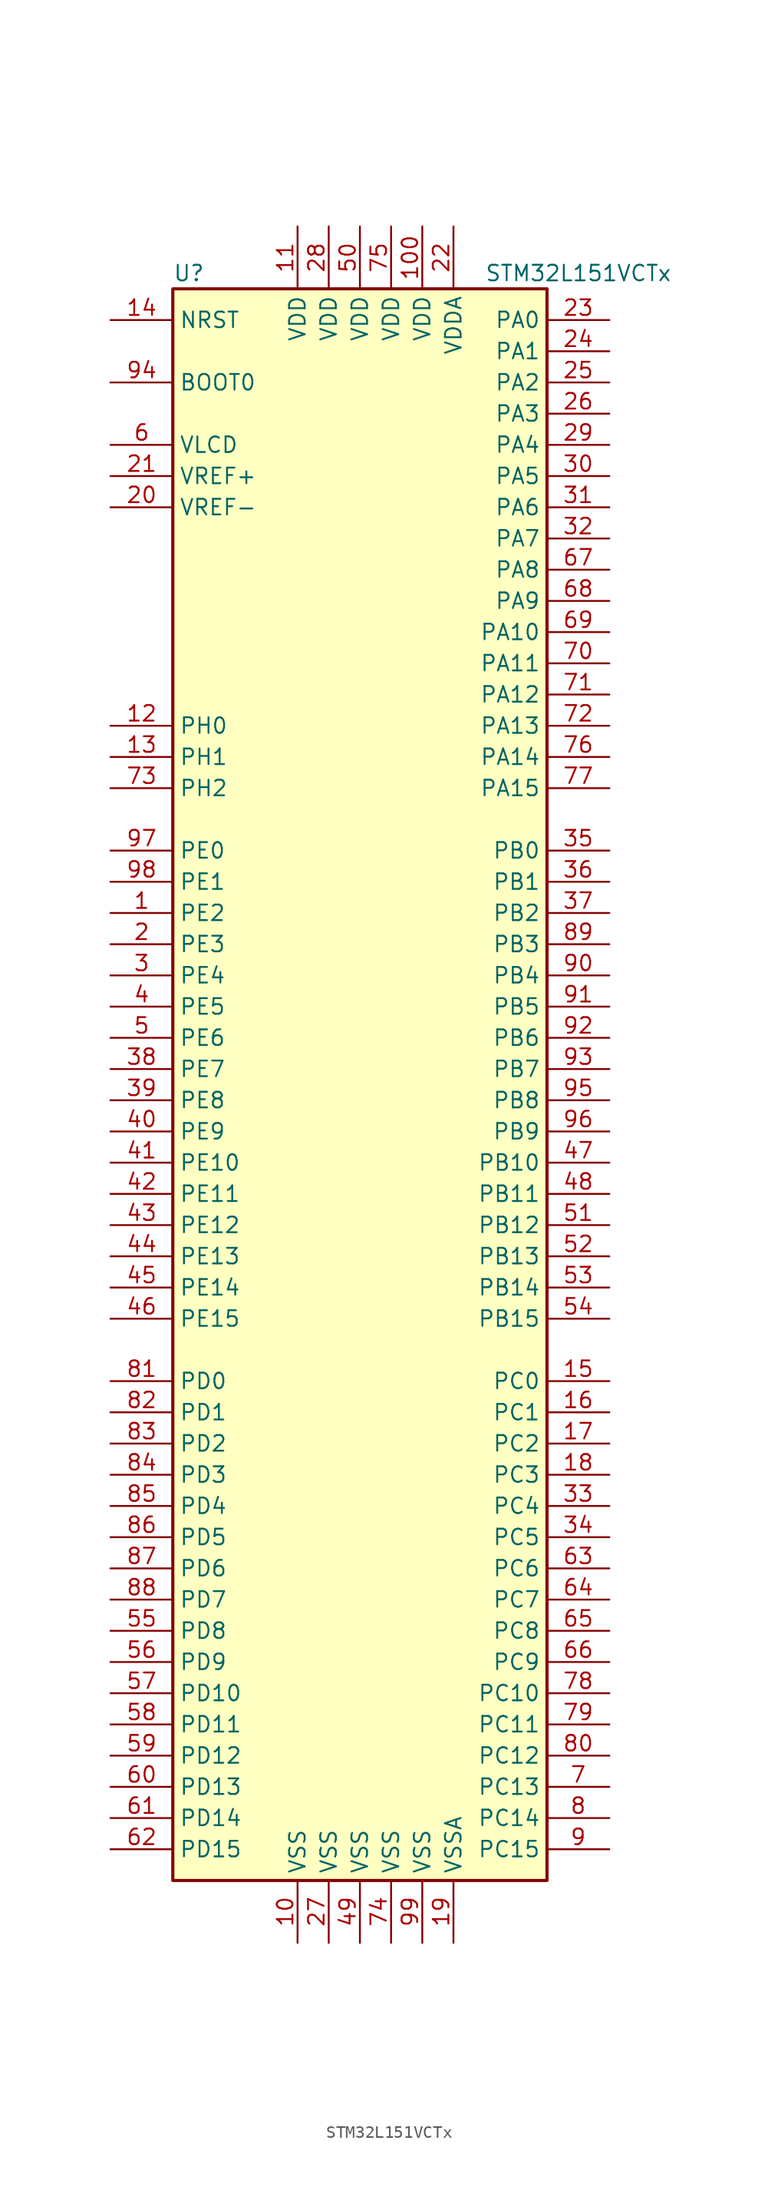
<source format=kicad_sym>
(kicad_symbol_lib
  (version 20211014)
  (generator kicad_symbol_editor)
  (symbol "STM32L151VCTx"
    (property "Reference" "U"
      (at -15.24 64.77 0)
      (effects (font (size 1.27 1.27)) (justify left)))
    (property "Value" "STM32L151VCTx"
      (at 10.16 64.77 0)
      (effects (font (size 1.27 1.27)) (justify left)))
    (symbol "STM32L151VCTx_0_1"
      (rectangle (start -15.24 -66.04) (end 15.24 63.5) (stroke (width 0.254) (type default) (color 0 0 0 0)) (fill (type background))))
    (symbol "STM32L151VCTx_1_1"
      (pin bidirectional line (at -20.32 12.7 0) (length 5.08) (name "PE2" (effects (font (size 1.27 1.27)))) (number "1" (effects (font (size 1.27 1.27)))))
      (pin power_in line (at -5.08 -71.12 90) (length 5.08) (name "VSS" (effects (font (size 1.27 1.27)))) (number "10" (effects (font (size 1.27 1.27)))))
      (pin power_in line (at 5.08 68.58 270) (length 5.08) (name "VDD" (effects (font (size 1.27 1.27)))) (number "100" (effects (font (size 1.27 1.27)))))
      (pin power_in line (at -5.08 68.58 270) (length 5.08) (name "VDD" (effects (font (size 1.27 1.27)))) (number "11" (effects (font (size 1.27 1.27)))))
      (pin input line (at -20.32 27.94 0) (length 5.08) (name "PH0" (effects (font (size 1.27 1.27)))) (number "12" (effects (font (size 1.27 1.27)))))
      (pin input line (at -20.32 25.4 0) (length 5.08) (name "PH1" (effects (font (size 1.27 1.27)))) (number "13" (effects (font (size 1.27 1.27)))))
      (pin input line (at -20.32 60.96 0) (length 5.08) (name "NRST" (effects (font (size 1.27 1.27)))) (number "14" (effects (font (size 1.27 1.27)))))
      (pin bidirectional line (at 20.32 -25.4 180) (length 5.08) (name "PC0" (effects (font (size 1.27 1.27)))) (number "15" (effects (font (size 1.27 1.27)))))
      (pin bidirectional line (at 20.32 -27.94 180) (length 5.08) (name "PC1" (effects (font (size 1.27 1.27)))) (number "16" (effects (font (size 1.27 1.27)))))
      (pin bidirectional line (at 20.32 -30.48 180) (length 5.08) (name "PC2" (effects (font (size 1.27 1.27)))) (number "17" (effects (font (size 1.27 1.27)))))
      (pin bidirectional line (at 20.32 -33.02 180) (length 5.08) (name "PC3" (effects (font (size 1.27 1.27)))) (number "18" (effects (font (size 1.27 1.27)))))
      (pin power_in line (at 7.62 -71.12 90) (length 5.08) (name "VSSA" (effects (font (size 1.27 1.27)))) (number "19" (effects (font (size 1.27 1.27)))))
      (pin bidirectional line (at -20.32 10.16 0) (length 5.08) (name "PE3" (effects (font (size 1.27 1.27)))) (number "2" (effects (font (size 1.27 1.27)))))
      (pin power_in line (at -20.32 45.72 0) (length 5.08) (name "VREF-" (effects (font (size 1.27 1.27)))) (number "20" (effects (font (size 1.27 1.27)))))
      (pin power_in line (at -20.32 48.26 0) (length 5.08) (name "VREF+" (effects (font (size 1.27 1.27)))) (number "21" (effects (font (size 1.27 1.27)))))
      (pin power_in line (at 7.62 68.58 270) (length 5.08) (name "VDDA" (effects (font (size 1.27 1.27)))) (number "22" (effects (font (size 1.27 1.27)))))
      (pin bidirectional line (at 20.32 60.96 180) (length 5.08) (name "PA0" (effects (font (size 1.27 1.27)))) (number "23" (effects (font (size 1.27 1.27)))))
      (pin bidirectional line (at 20.32 58.42 180) (length 5.08) (name "PA1" (effects (font (size 1.27 1.27)))) (number "24" (effects (font (size 1.27 1.27)))))
      (pin bidirectional line (at 20.32 55.88 180) (length 5.08) (name "PA2" (effects (font (size 1.27 1.27)))) (number "25" (effects (font (size 1.27 1.27)))))
      (pin bidirectional line (at 20.32 53.34 180) (length 5.08) (name "PA3" (effects (font (size 1.27 1.27)))) (number "26" (effects (font (size 1.27 1.27)))))
      (pin power_in line (at -2.54 -71.12 90) (length 5.08) (name "VSS" (effects (font (size 1.27 1.27)))) (number "27" (effects (font (size 1.27 1.27)))))
      (pin power_in line (at -2.54 68.58 270) (length 5.08) (name "VDD" (effects (font (size 1.27 1.27)))) (number "28" (effects (font (size 1.27 1.27)))))
      (pin bidirectional line (at 20.32 50.8 180) (length 5.08) (name "PA4" (effects (font (size 1.27 1.27)))) (number "29" (effects (font (size 1.27 1.27)))))
      (pin bidirectional line (at -20.32 7.62 0) (length 5.08) (name "PE4" (effects (font (size 1.27 1.27)))) (number "3" (effects (font (size 1.27 1.27)))))
      (pin bidirectional line (at 20.32 48.26 180) (length 5.08) (name "PA5" (effects (font (size 1.27 1.27)))) (number "30" (effects (font (size 1.27 1.27)))))
      (pin bidirectional line (at 20.32 45.72 180) (length 5.08) (name "PA6" (effects (font (size 1.27 1.27)))) (number "31" (effects (font (size 1.27 1.27)))))
      (pin bidirectional line (at 20.32 43.18 180) (length 5.08) (name "PA7" (effects (font (size 1.27 1.27)))) (number "32" (effects (font (size 1.27 1.27)))))
      (pin bidirectional line (at 20.32 -35.56 180) (length 5.08) (name "PC4" (effects (font (size 1.27 1.27)))) (number "33" (effects (font (size 1.27 1.27)))))
      (pin bidirectional line (at 20.32 -38.1 180) (length 5.08) (name "PC5" (effects (font (size 1.27 1.27)))) (number "34" (effects (font (size 1.27 1.27)))))
      (pin bidirectional line (at 20.32 17.78 180) (length 5.08) (name "PB0" (effects (font (size 1.27 1.27)))) (number "35" (effects (font (size 1.27 1.27)))))
      (pin bidirectional line (at 20.32 15.24 180) (length 5.08) (name "PB1" (effects (font (size 1.27 1.27)))) (number "36" (effects (font (size 1.27 1.27)))))
      (pin bidirectional line (at 20.32 12.7 180) (length 5.08) (name "PB2" (effects (font (size 1.27 1.27)))) (number "37" (effects (font (size 1.27 1.27)))))
      (pin bidirectional line (at -20.32 0 0) (length 5.08) (name "PE7" (effects (font (size 1.27 1.27)))) (number "38" (effects (font (size 1.27 1.27)))))
      (pin bidirectional line (at -20.32 -2.54 0) (length 5.08) (name "PE8" (effects (font (size 1.27 1.27)))) (number "39" (effects (font (size 1.27 1.27)))))
      (pin bidirectional line (at -20.32 5.08 0) (length 5.08) (name "PE5" (effects (font (size 1.27 1.27)))) (number "4" (effects (font (size 1.27 1.27)))))
      (pin bidirectional line (at -20.32 -5.08 0) (length 5.08) (name "PE9" (effects (font (size 1.27 1.27)))) (number "40" (effects (font (size 1.27 1.27)))))
      (pin bidirectional line (at -20.32 -7.62 0) (length 5.08) (name "PE10" (effects (font (size 1.27 1.27)))) (number "41" (effects (font (size 1.27 1.27)))))
      (pin bidirectional line (at -20.32 -10.16 0) (length 5.08) (name "PE11" (effects (font (size 1.27 1.27)))) (number "42" (effects (font (size 1.27 1.27)))))
      (pin bidirectional line (at -20.32 -12.7 0) (length 5.08) (name "PE12" (effects (font (size 1.27 1.27)))) (number "43" (effects (font (size 1.27 1.27)))))
      (pin bidirectional line (at -20.32 -15.24 0) (length 5.08) (name "PE13" (effects (font (size 1.27 1.27)))) (number "44" (effects (font (size 1.27 1.27)))))
      (pin bidirectional line (at -20.32 -17.78 0) (length 5.08) (name "PE14" (effects (font (size 1.27 1.27)))) (number "45" (effects (font (size 1.27 1.27)))))
      (pin bidirectional line (at -20.32 -20.32 0) (length 5.08) (name "PE15" (effects (font (size 1.27 1.27)))) (number "46" (effects (font (size 1.27 1.27)))))
      (pin bidirectional line (at 20.32 -7.62 180) (length 5.08) (name "PB10" (effects (font (size 1.27 1.27)))) (number "47" (effects (font (size 1.27 1.27)))))
      (pin bidirectional line (at 20.32 -10.16 180) (length 5.08) (name "PB11" (effects (font (size 1.27 1.27)))) (number "48" (effects (font (size 1.27 1.27)))))
      (pin power_in line (at 0 -71.12 90) (length 5.08) (name "VSS" (effects (font (size 1.27 1.27)))) (number "49" (effects (font (size 1.27 1.27)))))
      (pin bidirectional line (at -20.32 2.54 0) (length 5.08) (name "PE6" (effects (font (size 1.27 1.27)))) (number "5" (effects (font (size 1.27 1.27)))))
      (pin power_in line (at 0 68.58 270) (length 5.08) (name "VDD" (effects (font (size 1.27 1.27)))) (number "50" (effects (font (size 1.27 1.27)))))
      (pin bidirectional line (at 20.32 -12.7 180) (length 5.08) (name "PB12" (effects (font (size 1.27 1.27)))) (number "51" (effects (font (size 1.27 1.27)))))
      (pin bidirectional line (at 20.32 -15.24 180) (length 5.08) (name "PB13" (effects (font (size 1.27 1.27)))) (number "52" (effects (font (size 1.27 1.27)))))
      (pin bidirectional line (at 20.32 -17.78 180) (length 5.08) (name "PB14" (effects (font (size 1.27 1.27)))) (number "53" (effects (font (size 1.27 1.27)))))
      (pin bidirectional line (at 20.32 -20.32 180) (length 5.08) (name "PB15" (effects (font (size 1.27 1.27)))) (number "54" (effects (font (size 1.27 1.27)))))
      (pin bidirectional line (at -20.32 -45.72 0) (length 5.08) (name "PD8" (effects (font (size 1.27 1.27)))) (number "55" (effects (font (size 1.27 1.27)))))
      (pin bidirectional line (at -20.32 -48.26 0) (length 5.08) (name "PD9" (effects (font (size 1.27 1.27)))) (number "56" (effects (font (size 1.27 1.27)))))
      (pin bidirectional line (at -20.32 -50.8 0) (length 5.08) (name "PD10" (effects (font (size 1.27 1.27)))) (number "57" (effects (font (size 1.27 1.27)))))
      (pin bidirectional line (at -20.32 -53.34 0) (length 5.08) (name "PD11" (effects (font (size 1.27 1.27)))) (number "58" (effects (font (size 1.27 1.27)))))
      (pin bidirectional line (at -20.32 -55.88 0) (length 5.08) (name "PD12" (effects (font (size 1.27 1.27)))) (number "59" (effects (font (size 1.27 1.27)))))
      (pin power_in line (at -20.32 50.8 0) (length 5.08) (name "VLCD" (effects (font (size 1.27 1.27)))) (number "6" (effects (font (size 1.27 1.27)))))
      (pin bidirectional line (at -20.32 -58.42 0) (length 5.08) (name "PD13" (effects (font (size 1.27 1.27)))) (number "60" (effects (font (size 1.27 1.27)))))
      (pin bidirectional line (at -20.32 -60.96 0) (length 5.08) (name "PD14" (effects (font (size 1.27 1.27)))) (number "61" (effects (font (size 1.27 1.27)))))
      (pin bidirectional line (at -20.32 -63.5 0) (length 5.08) (name "PD15" (effects (font (size 1.27 1.27)))) (number "62" (effects (font (size 1.27 1.27)))))
      (pin bidirectional line (at 20.32 -40.64 180) (length 5.08) (name "PC6" (effects (font (size 1.27 1.27)))) (number "63" (effects (font (size 1.27 1.27)))))
      (pin bidirectional line (at 20.32 -43.18 180) (length 5.08) (name "PC7" (effects (font (size 1.27 1.27)))) (number "64" (effects (font (size 1.27 1.27)))))
      (pin bidirectional line (at 20.32 -45.72 180) (length 5.08) (name "PC8" (effects (font (size 1.27 1.27)))) (number "65" (effects (font (size 1.27 1.27)))))
      (pin bidirectional line (at 20.32 -48.26 180) (length 5.08) (name "PC9" (effects (font (size 1.27 1.27)))) (number "66" (effects (font (size 1.27 1.27)))))
      (pin bidirectional line (at 20.32 40.64 180) (length 5.08) (name "PA8" (effects (font (size 1.27 1.27)))) (number "67" (effects (font (size 1.27 1.27)))))
      (pin bidirectional line (at 20.32 38.1 180) (length 5.08) (name "PA9" (effects (font (size 1.27 1.27)))) (number "68" (effects (font (size 1.27 1.27)))))
      (pin bidirectional line (at 20.32 35.56 180) (length 5.08) (name "PA10" (effects (font (size 1.27 1.27)))) (number "69" (effects (font (size 1.27 1.27)))))
      (pin bidirectional line (at 20.32 -58.42 180) (length 5.08) (name "PC13" (effects (font (size 1.27 1.27)))) (number "7" (effects (font (size 1.27 1.27)))))
      (pin bidirectional line (at 20.32 33.02 180) (length 5.08) (name "PA11" (effects (font (size 1.27 1.27)))) (number "70" (effects (font (size 1.27 1.27)))))
      (pin bidirectional line (at 20.32 30.48 180) (length 5.08) (name "PA12" (effects (font (size 1.27 1.27)))) (number "71" (effects (font (size 1.27 1.27)))))
      (pin bidirectional line (at 20.32 27.94 180) (length 5.08) (name "PA13" (effects (font (size 1.27 1.27)))) (number "72" (effects (font (size 1.27 1.27)))))
      (pin bidirectional line (at -20.32 22.86 0) (length 5.08) (name "PH2" (effects (font (size 1.27 1.27)))) (number "73" (effects (font (size 1.27 1.27)))))
      (pin power_in line (at 2.54 -71.12 90) (length 5.08) (name "VSS" (effects (font (size 1.27 1.27)))) (number "74" (effects (font (size 1.27 1.27)))))
      (pin power_in line (at 2.54 68.58 270) (length 5.08) (name "VDD" (effects (font (size 1.27 1.27)))) (number "75" (effects (font (size 1.27 1.27)))))
      (pin bidirectional line (at 20.32 25.4 180) (length 5.08) (name "PA14" (effects (font (size 1.27 1.27)))) (number "76" (effects (font (size 1.27 1.27)))))
      (pin bidirectional line (at 20.32 22.86 180) (length 5.08) (name "PA15" (effects (font (size 1.27 1.27)))) (number "77" (effects (font (size 1.27 1.27)))))
      (pin bidirectional line (at 20.32 -50.8 180) (length 5.08) (name "PC10" (effects (font (size 1.27 1.27)))) (number "78" (effects (font (size 1.27 1.27)))))
      (pin bidirectional line (at 20.32 -53.34 180) (length 5.08) (name "PC11" (effects (font (size 1.27 1.27)))) (number "79" (effects (font (size 1.27 1.27)))))
      (pin bidirectional line (at 20.32 -60.96 180) (length 5.08) (name "PC14" (effects (font (size 1.27 1.27)))) (number "8" (effects (font (size 1.27 1.27)))))
      (pin bidirectional line (at 20.32 -55.88 180) (length 5.08) (name "PC12" (effects (font (size 1.27 1.27)))) (number "80" (effects (font (size 1.27 1.27)))))
      (pin bidirectional line (at -20.32 -25.4 0) (length 5.08) (name "PD0" (effects (font (size 1.27 1.27)))) (number "81" (effects (font (size 1.27 1.27)))))
      (pin bidirectional line (at -20.32 -27.94 0) (length 5.08) (name "PD1" (effects (font (size 1.27 1.27)))) (number "82" (effects (font (size 1.27 1.27)))))
      (pin bidirectional line (at -20.32 -30.48 0) (length 5.08) (name "PD2" (effects (font (size 1.27 1.27)))) (number "83" (effects (font (size 1.27 1.27)))))
      (pin bidirectional line (at -20.32 -33.02 0) (length 5.08) (name "PD3" (effects (font (size 1.27 1.27)))) (number "84" (effects (font (size 1.27 1.27)))))
      (pin bidirectional line (at -20.32 -35.56 0) (length 5.08) (name "PD4" (effects (font (size 1.27 1.27)))) (number "85" (effects (font (size 1.27 1.27)))))
      (pin bidirectional line (at -20.32 -38.1 0) (length 5.08) (name "PD5" (effects (font (size 1.27 1.27)))) (number "86" (effects (font (size 1.27 1.27)))))
      (pin bidirectional line (at -20.32 -40.64 0) (length 5.08) (name "PD6" (effects (font (size 1.27 1.27)))) (number "87" (effects (font (size 1.27 1.27)))))
      (pin bidirectional line (at -20.32 -43.18 0) (length 5.08) (name "PD7" (effects (font (size 1.27 1.27)))) (number "88" (effects (font (size 1.27 1.27)))))
      (pin bidirectional line (at 20.32 10.16 180) (length 5.08) (name "PB3" (effects (font (size 1.27 1.27)))) (number "89" (effects (font (size 1.27 1.27)))))
      (pin bidirectional line (at 20.32 -63.5 180) (length 5.08) (name "PC15" (effects (font (size 1.27 1.27)))) (number "9" (effects (font (size 1.27 1.27)))))
      (pin bidirectional line (at 20.32 7.62 180) (length 5.08) (name "PB4" (effects (font (size 1.27 1.27)))) (number "90" (effects (font (size 1.27 1.27)))))
      (pin bidirectional line (at 20.32 5.08 180) (length 5.08) (name "PB5" (effects (font (size 1.27 1.27)))) (number "91" (effects (font (size 1.27 1.27)))))
      (pin bidirectional line (at 20.32 2.54 180) (length 5.08) (name "PB6" (effects (font (size 1.27 1.27)))) (number "92" (effects (font (size 1.27 1.27)))))
      (pin bidirectional line (at 20.32 0 180) (length 5.08) (name "PB7" (effects (font (size 1.27 1.27)))) (number "93" (effects (font (size 1.27 1.27)))))
      (pin input line (at -20.32 55.88 0) (length 5.08) (name "BOOT0" (effects (font (size 1.27 1.27)))) (number "94" (effects (font (size 1.27 1.27)))))
      (pin bidirectional line (at 20.32 -2.54 180) (length 5.08) (name "PB8" (effects (font (size 1.27 1.27)))) (number "95" (effects (font (size 1.27 1.27)))))
      (pin bidirectional line (at 20.32 -5.08 180) (length 5.08) (name "PB9" (effects (font (size 1.27 1.27)))) (number "96" (effects (font (size 1.27 1.27)))))
      (pin bidirectional line (at -20.32 17.78 0) (length 5.08) (name "PE0" (effects (font (size 1.27 1.27)))) (number "97" (effects (font (size 1.27 1.27)))))
      (pin bidirectional line (at -20.32 15.24 0) (length 5.08) (name "PE1" (effects (font (size 1.27 1.27)))) (number "98" (effects (font (size 1.27 1.27)))))
      (pin power_in line (at 5.08 -71.12 90) (length 5.08) (name "VSS" (effects (font (size 1.27 1.27)))) (number "99" (effects (font (size 1.27 1.27))))))))
</source>
